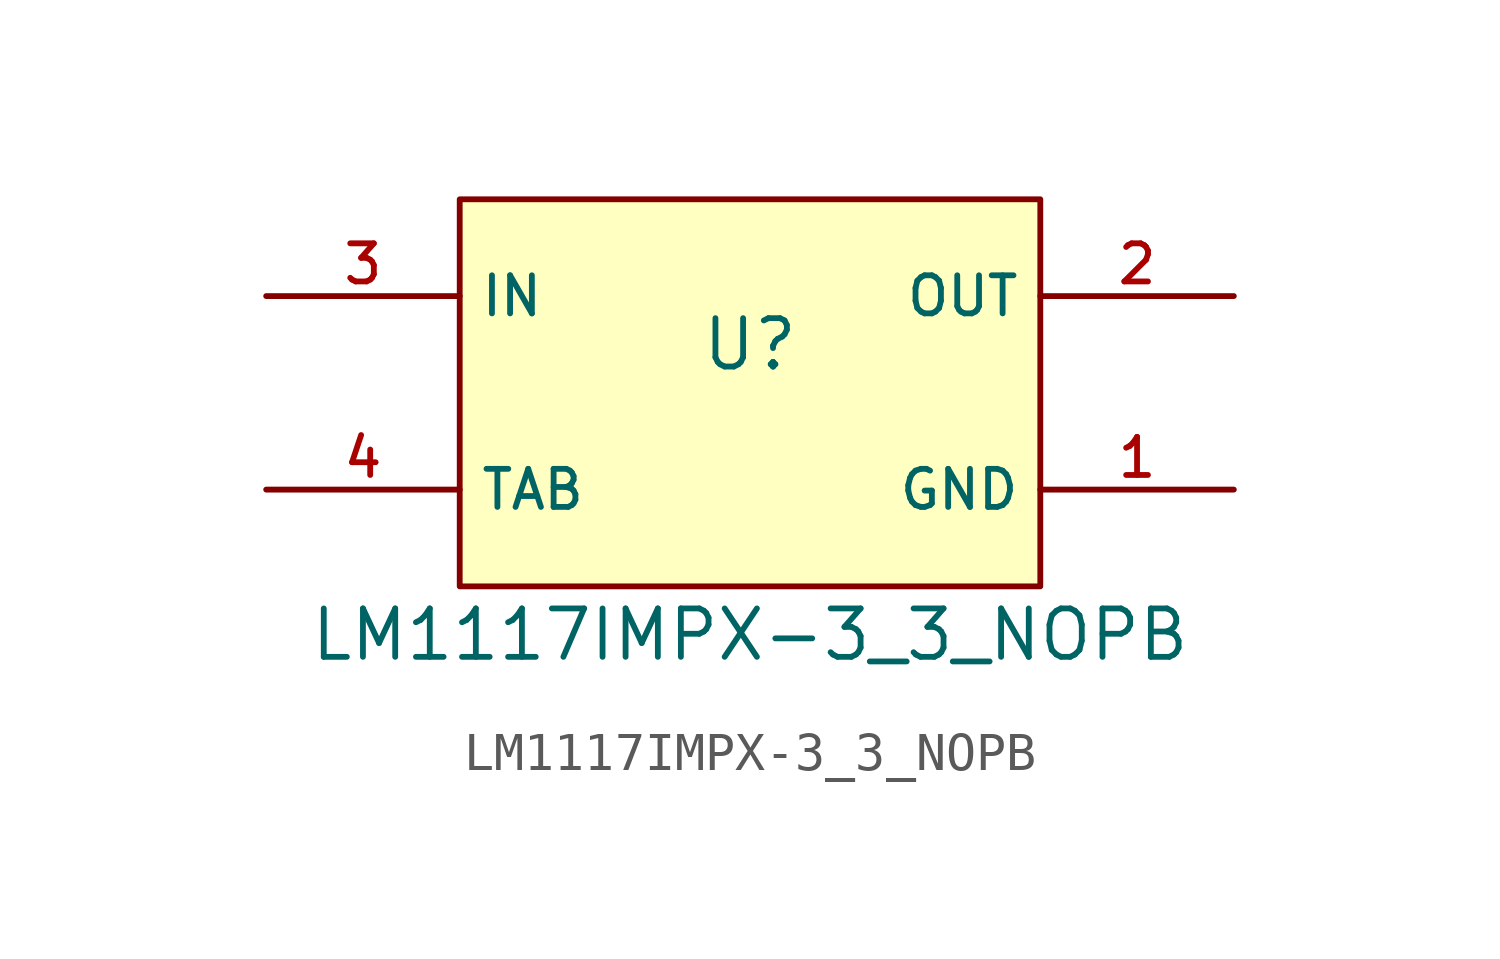
<source format=kicad_sym>
(kicad_symbol_lib
  (version 20231120)
  (generator "kicad_symbol_editor")
  (generator_version "8.0")
  (symbol "LM1117IMPX-3_3_NOPB"
    (property "Reference" "U"
      (at 0 1.27 0)
      (effects (font (size 1.27 1.27))))
    (property "Value" "LM1117IMPX-3_3_NOPB"
      (at 0 -6.35 0)
      (effects (font (size 1.27 1.27))))
    (symbol "LM1117IMPX-3_3_NOPB_0_1"
      (rectangle (start -7.62 5.08) (end 7.62 -5.08) (stroke (width 0) (type default)) (fill (type background))))
    (symbol "LM1117IMPX-3_3_NOPB_1_1"
      (pin unspecified line (at 12.7 -2.54 180) (length 5.08) (name "GND" (effects (font (size 1 1)))) (number "1" (effects (font (size 1 1)))))
      (pin unspecified line (at 12.7 2.54 180) (length 5.08) (name "OUT" (effects (font (size 1 1)))) (number "2" (effects (font (size 1 1)))))
      (pin unspecified line (at -12.7 2.54 0) (length 5.08) (name "IN" (effects (font (size 1 1)))) (number "3" (effects (font (size 1 1)))))
      (pin unspecified line (at -12.7 -2.54 0) (length 5.08) (name "TAB" (effects (font (size 1 1)))) (number "4" (effects (font (size 1 1))))))))
</source>
